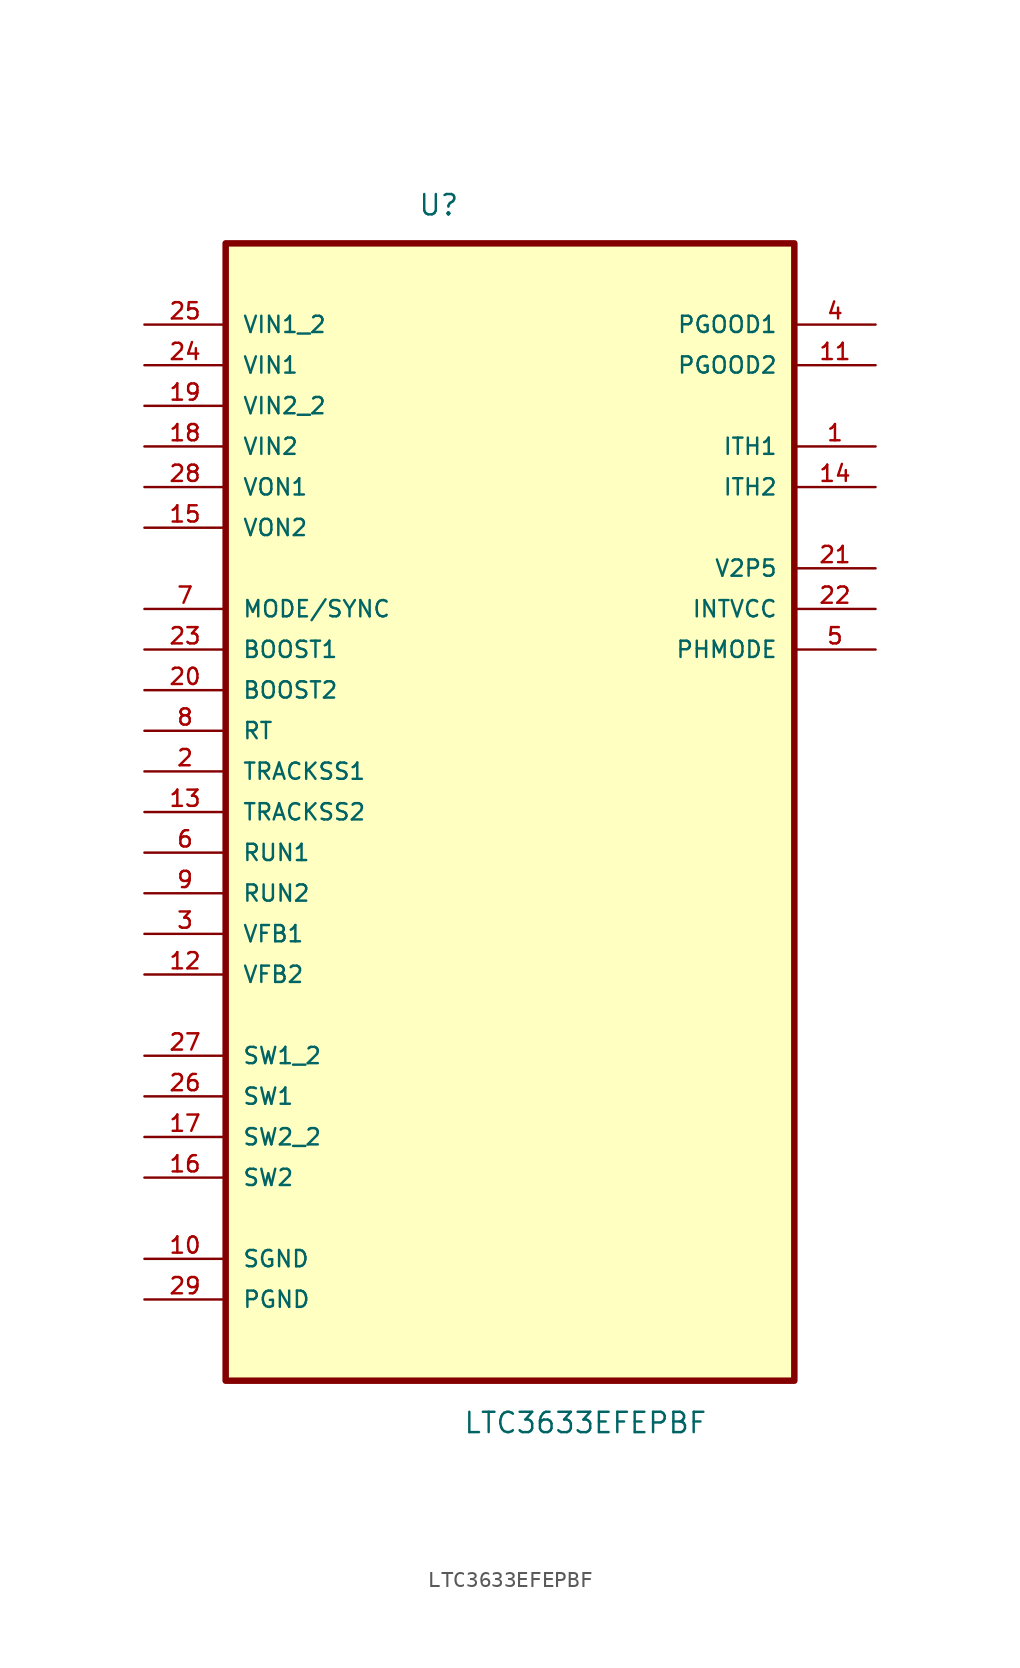
<source format=kicad_sym>
(kicad_symbol_lib
  (version 20201005)
  (generator kicad_symbol_editor)
  (symbol "LTC3633EFEPBF"
    (pin_names
      (offset 1.016))
    (property "Reference" "U"
      (at -5.766 34.671 0)
      (effects (font (size 1.27 1.27)) (justify left bottom)))
    (property "Value" "LTC3633EFEPBF"
      (at -2.946 -41.478 0)
      (effects (font (size 1.27 1.27)) (justify left bottom)))
    (property "ki_locked" ""
      (at 0 0 0)
      (effects (font (size 1.27 1.27))))
    (symbol "LTC3633EFEPBF_0_0"
      (rectangle (start -17.78 -38.1) (end 17.78 33.02) (stroke (width 0.406)) (fill (type background)))
      (pin output line (at 22.86 20.32 180) (length 5.08) (name "ITH1" (effects (font (size 1.016 1.016)))) (number "1" (effects (font (size 1.016 1.016)))))
      (pin passive line (at -22.86 -30.48 0) (length 5.08) (name "SGND" (effects (font (size 1.016 1.016)))) (number "10" (effects (font (size 1.016 1.016)))))
      (pin output line (at 22.86 25.4 180) (length 5.08) (name "PGOOD2" (effects (font (size 1.016 1.016)))) (number "11" (effects (font (size 1.016 1.016)))))
      (pin input line (at -22.86 -12.7 0) (length 5.08) (name "VFB2" (effects (font (size 1.016 1.016)))) (number "12" (effects (font (size 1.016 1.016)))))
      (pin input line (at -22.86 -2.54 0) (length 5.08) (name "TRACKSS2" (effects (font (size 1.016 1.016)))) (number "13" (effects (font (size 1.016 1.016)))))
      (pin output line (at 22.86 17.78 180) (length 5.08) (name "ITH2" (effects (font (size 1.016 1.016)))) (number "14" (effects (font (size 1.016 1.016)))))
      (pin input line (at -22.86 15.24 0) (length 5.08) (name "VON2" (effects (font (size 1.016 1.016)))) (number "15" (effects (font (size 1.016 1.016)))))
      (pin passive line (at -22.86 -25.4 0) (length 5.08) (name "SW2" (effects (font (size 1.016 1.016)))) (number "16" (effects (font (size 1.016 1.016)))))
      (pin passive line (at -22.86 -22.86 0) (length 5.08) (name "SW2_2" (effects (font (size 1.016 1.016)))) (number "17" (effects (font (size 1.016 1.016)))))
      (pin power_in line (at -22.86 20.32 0) (length 5.08) (name "VIN2" (effects (font (size 1.016 1.016)))) (number "18" (effects (font (size 1.016 1.016)))))
      (pin power_in line (at -22.86 22.86 0) (length 5.08) (name "VIN2_2" (effects (font (size 1.016 1.016)))) (number "19" (effects (font (size 1.016 1.016)))))
      (pin input line (at -22.86 0 0) (length 5.08) (name "TRACKSS1" (effects (font (size 1.016 1.016)))) (number "2" (effects (font (size 1.016 1.016)))))
      (pin power_in line (at -22.86 5.08 0) (length 5.08) (name "BOOST2" (effects (font (size 1.016 1.016)))) (number "20" (effects (font (size 1.016 1.016)))))
      (pin output line (at 22.86 12.7 180) (length 5.08) (name "V2P5" (effects (font (size 1.016 1.016)))) (number "21" (effects (font (size 1.016 1.016)))))
      (pin output line (at 22.86 10.16 180) (length 5.08) (name "INTVCC" (effects (font (size 1.016 1.016)))) (number "22" (effects (font (size 1.016 1.016)))))
      (pin power_in line (at -22.86 7.62 0) (length 5.08) (name "BOOST1" (effects (font (size 1.016 1.016)))) (number "23" (effects (font (size 1.016 1.016)))))
      (pin power_in line (at -22.86 25.4 0) (length 5.08) (name "VIN1" (effects (font (size 1.016 1.016)))) (number "24" (effects (font (size 1.016 1.016)))))
      (pin power_in line (at -22.86 27.94 0) (length 5.08) (name "VIN1_2" (effects (font (size 1.016 1.016)))) (number "25" (effects (font (size 1.016 1.016)))))
      (pin passive line (at -22.86 -20.32 0) (length 5.08) (name "SW1" (effects (font (size 1.016 1.016)))) (number "26" (effects (font (size 1.016 1.016)))))
      (pin passive line (at -22.86 -17.78 0) (length 5.08) (name "SW1_2" (effects (font (size 1.016 1.016)))) (number "27" (effects (font (size 1.016 1.016)))))
      (pin input line (at -22.86 17.78 0) (length 5.08) (name "VON1" (effects (font (size 1.016 1.016)))) (number "28" (effects (font (size 1.016 1.016)))))
      (pin passive line (at -22.86 -33.02 0) (length 5.08) (name "PGND" (effects (font (size 1.016 1.016)))) (number "29" (effects (font (size 1.016 1.016)))))
      (pin input line (at -22.86 -10.16 0) (length 5.08) (name "VFB1" (effects (font (size 1.016 1.016)))) (number "3" (effects (font (size 1.016 1.016)))))
      (pin output line (at 22.86 27.94 180) (length 5.08) (name "PGOOD1" (effects (font (size 1.016 1.016)))) (number "4" (effects (font (size 1.016 1.016)))))
      (pin input line (at 22.86 7.62 180) (length 5.08) (name "PHMODE" (effects (font (size 1.016 1.016)))) (number "5" (effects (font (size 1.016 1.016)))))
      (pin input line (at -22.86 -5.08 0) (length 5.08) (name "RUN1" (effects (font (size 1.016 1.016)))) (number "6" (effects (font (size 1.016 1.016)))))
      (pin input line (at -22.86 10.16 0) (length 5.08) (name "MODE/SYNC" (effects (font (size 1.016 1.016)))) (number "7" (effects (font (size 1.016 1.016)))))
      (pin input line (at -22.86 2.54 0) (length 5.08) (name "RT" (effects (font (size 1.016 1.016)))) (number "8" (effects (font (size 1.016 1.016)))))
      (pin input line (at -22.86 -7.62 0) (length 5.08) (name "RUN2" (effects (font (size 1.016 1.016)))) (number "9" (effects (font (size 1.016 1.016))))))))
</source>
